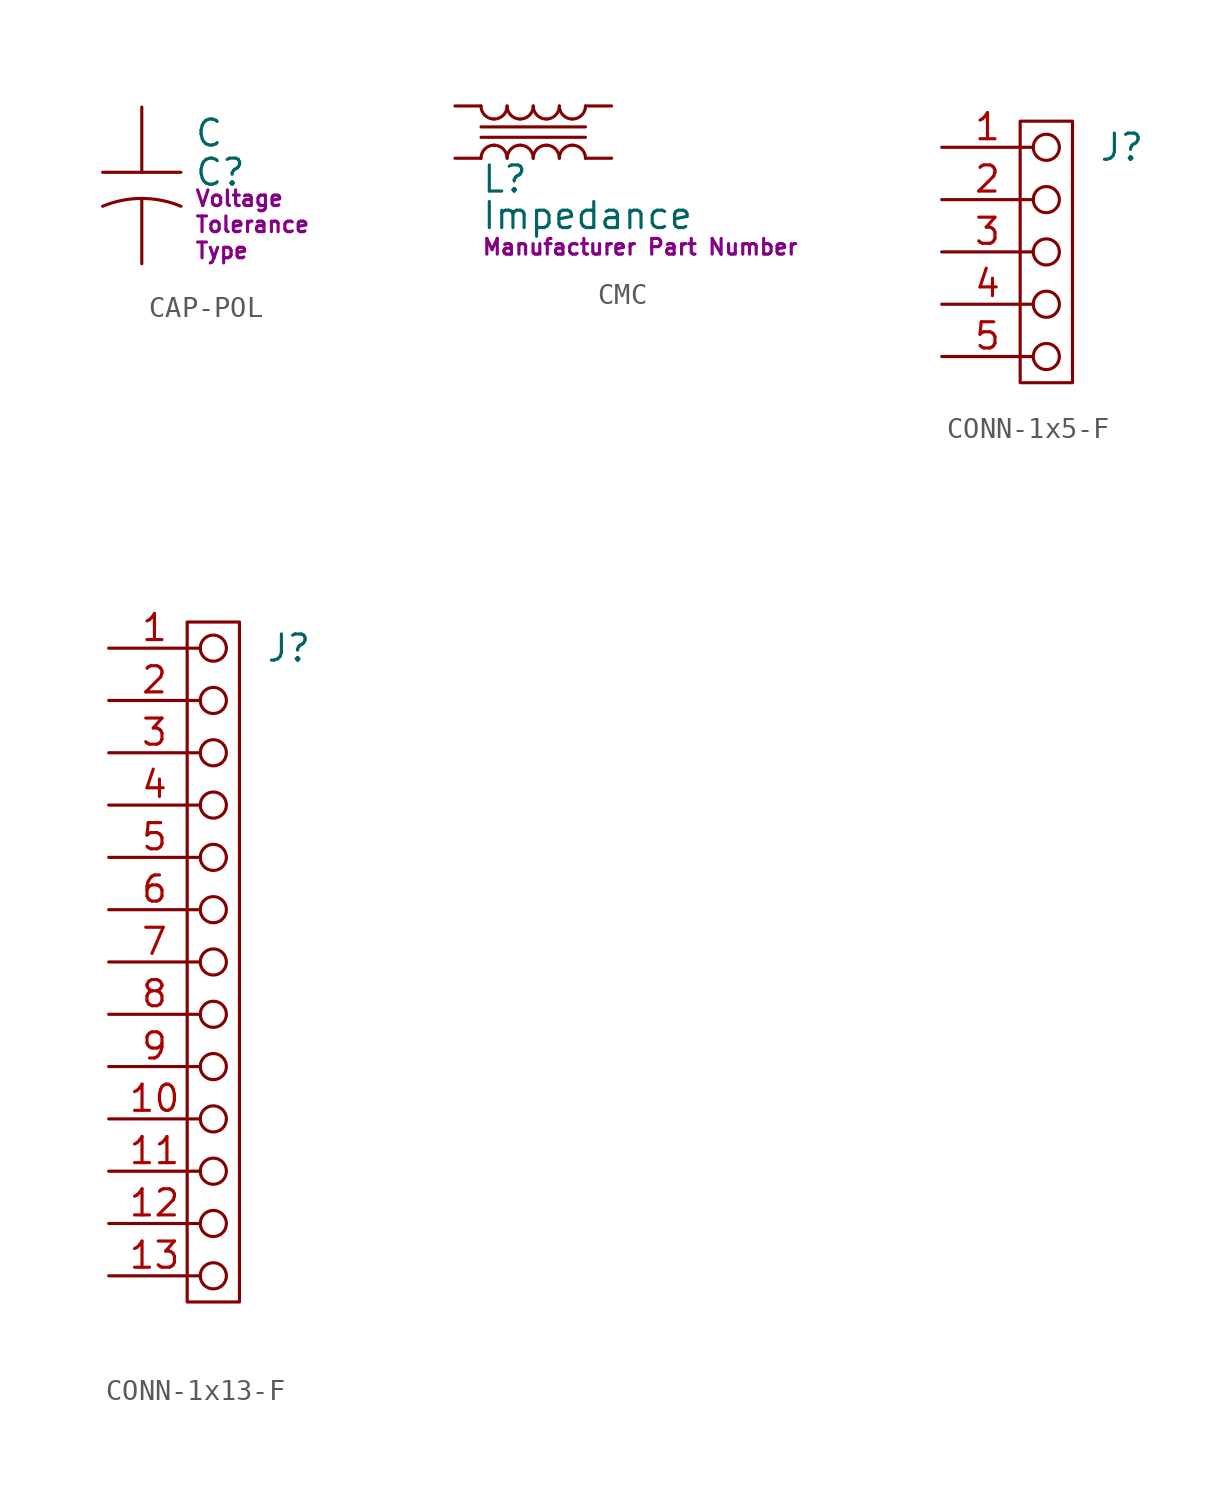
<source format=kicad_sym>
(kicad_symbol_lib
  (version 20231120)
  (generator "kicad_symbol_editor")
  (generator_version "8.0")
  (symbol "CAP-POL"
    (pin_numbers hide)
    (pin_names
      (offset 0) hide)
    (property "Reference" "C"
      (at 2.54 -3.175 0)
      (effects (font (size 1.27 1.27)) (justify left)))
    (property "Value" "C"
      (at 2.54 -1.27 0)
      (effects (font (size 1.27 1.27)) (justify left)))
    (property "Voltage" "Voltage"
      (at 2.54 -4.445 0)
      (effects (font (size 0.762 0.762)) (justify left)))
    (property "Type" "Type"
      (at 2.54 -6.985 0)
      (effects (font (size 0.762 0.762)) (justify left)))
    (property "Tolerance" "Tolerance"
      (at 2.54 -5.715 0)
      (effects (font (size 0.762 0.762)) (justify left)))
    (symbol "CAP-POL_0_1"
      (polyline (pts (xy 1.905 -3.175) (xy -1.905 -3.175)) (stroke (width 0) (type default)) (fill (type none)))
      (arc (start 1.905 -4.826) (mid 0 -4.445) (end -1.905 -4.826) (stroke (width 0) (type default)) (fill (type none))))
    (symbol "CAP-POL_1_1"
      (pin passive line (at 0 0 270) (length 3.175) (name "1" (effects (font (size 1.27 1.27)))) (number "1" (effects (font (size 1.27 1.27)))))
      (pin passive line (at 0 -7.62 90) (length 3.175) (name "2" (effects (font (size 1.27 1.27)))) (number "2" (effects (font (size 1.27 1.27)))))))
  (symbol "CMC"
    (pin_numbers hide)
    (pin_names
      (offset 0) hide)
    (property "Reference" "L"
      (at 1.27 -3.556 0)
      (effects (font (size 1.27 1.27)) (justify left)))
    (property "Value" "${Impedance}"
      (at 1.27 -5.334 0)
      (effects (font (size 1.27 1.27)) (justify left)))
    (property "Impedance" "Impedance"
      (at 15.24 -3.556 0)
      (effects (font (size 0.762 0.762)) (justify left) (hide yes)))
    (property "Manufacturer Part Number" "Manufacturer Part Number"
      (at 1.27 -6.858 0)
      (effects (font (size 0.762 0.762)) (justify left)))
    (symbol "CMC_0_1"
      (polyline (pts (xy 6.35 -1.524) (xy 1.27 -1.524)) (stroke (width 0) (type default)) (fill (type none)))
      (polyline (pts (xy 6.35 -1.016) (xy 1.27 -1.016)) (stroke (width 0) (type default)) (fill (type none)))
      (arc (start 1.27 0) (mid 1.456 -0.449) (end 1.905 -0.635) (stroke (width 0) (type default)) (fill (type none)))
      (arc (start 1.905 -1.905) (mid 1.456 -2.091) (end 1.27 -2.54) (stroke (width 0) (type default)) (fill (type none)))
      (arc (start 1.905 -0.635) (mid 2.354 -0.449) (end 2.54 0) (stroke (width 0) (type default)) (fill (type none)))
      (arc (start 2.54 -2.54) (mid 2.354 -2.091) (end 1.905 -1.905) (stroke (width 0) (type default)) (fill (type none)))
      (arc (start 2.54 0) (mid 2.726 -0.449) (end 3.175 -0.635) (stroke (width 0) (type default)) (fill (type none)))
      (arc (start 3.175 -1.905) (mid 2.726 -2.091) (end 2.54 -2.54) (stroke (width 0) (type default)) (fill (type none)))
      (arc (start 3.175 -0.635) (mid 3.624 -0.449) (end 3.81 0) (stroke (width 0) (type default)) (fill (type none)))
      (arc (start 3.81 -2.54) (mid 3.624 -2.091) (end 3.175 -1.905) (stroke (width 0) (type default)) (fill (type none)))
      (arc (start 3.81 0) (mid 3.996 -0.449) (end 4.445 -0.635) (stroke (width 0) (type default)) (fill (type none)))
      (arc (start 4.445 -1.905) (mid 3.996 -2.091) (end 3.81 -2.54) (stroke (width 0) (type default)) (fill (type none)))
      (arc (start 4.445 -0.635) (mid 4.894 -0.449) (end 5.08 0) (stroke (width 0) (type default)) (fill (type none)))
      (arc (start 5.08 -2.54) (mid 4.894 -2.091) (end 4.445 -1.905) (stroke (width 0) (type default)) (fill (type none)))
      (arc (start 5.08 0) (mid 5.266 -0.449) (end 5.715 -0.635) (stroke (width 0) (type default)) (fill (type none)))
      (arc (start 5.715 -1.905) (mid 5.266 -2.091) (end 5.08 -2.54) (stroke (width 0) (type default)) (fill (type none)))
      (arc (start 5.715 -0.635) (mid 6.164 -0.449) (end 6.35 0) (stroke (width 0) (type default)) (fill (type none)))
      (arc (start 6.35 -2.54) (mid 6.164 -2.091) (end 5.715 -1.905) (stroke (width 0) (type default)) (fill (type none))))
    (symbol "CMC_1_1"
      (pin passive line (at 0 0 0) (length 1.27) (name "1" (effects (font (size 1.27 1.27)))) (number "1" (effects (font (size 1.27 1.27)))))
      (pin passive line (at 7.62 0 180) (length 1.27) (name "2" (effects (font (size 1.27 1.27)))) (number "2" (effects (font (size 1.27 1.27)))))
      (pin passive line (at 7.62 -2.54 180) (length 1.27) (name "3" (effects (font (size 1.27 1.27)))) (number "3" (effects (font (size 1.27 1.27)))))
      (pin passive line (at 0 -2.54 0) (length 1.27) (name "4" (effects (font (size 1.27 1.27)))) (number "4" (effects (font (size 1.27 1.27)))))))
  (symbol "CONN-1x5-F"
    (pin_names
      (offset 0) hide)
    (property "Reference" "J"
      (at 7.62 0 0)
      (effects (font (size 1.27 1.27)) (justify left)))
    (property "Value" "${Manufacturer Part Number}"
      (at 7.62 -1.905 0)
      (effects (font (size 1.27 1.27)) (justify left)))
    (property "Manufacturer" ""
      (at 7.62 -2.54 0)
      (effects (font (size 0.762 0.762)) (justify left)))
    (property "Manufacturer Part Number" ""
      (at 7.62 -1.27 0)
      (effects (font (size 0.762 0.762)) (justify left)))
    (symbol "CONN-1x5-F_0_1"
      (rectangle (start 3.81 1.27) (end 6.35 -11.43) (stroke (width 0) (type default)) (fill (type none)))
      (circle (center 5.08 -10.16) (radius 0.635) (stroke (width 0) (type default)) (fill (type none)))
      (circle (center 5.08 -7.62) (radius 0.635) (stroke (width 0) (type default)) (fill (type none)))
      (circle (center 5.08 -5.08) (radius 0.635) (stroke (width 0) (type default)) (fill (type none)))
      (circle (center 5.08 -2.54) (radius 0.635) (stroke (width 0) (type default)) (fill (type none)))
      (circle (center 5.08 0) (radius 0.635) (stroke (width 0) (type default)) (fill (type none))))
    (symbol "CONN-1x5-F_1_1"
      (pin passive line (at 0 0 0) (length 4.445) (name "1" (effects (font (size 1.27 1.27)))) (number "1" (effects (font (size 1.27 1.27)))))
      (pin passive line (at 0 -2.54 0) (length 4.445) (name "2" (effects (font (size 1.27 1.27)))) (number "2" (effects (font (size 1.27 1.27)))))
      (pin passive line (at 0 -5.08 0) (length 4.445) (name "3" (effects (font (size 1.27 1.27)))) (number "3" (effects (font (size 1.27 1.27)))))
      (pin passive line (at 0 -7.62 0) (length 4.445) (name "4" (effects (font (size 1.27 1.27)))) (number "4" (effects (font (size 1.27 1.27)))))
      (pin passive line (at 0 -10.16 0) (length 4.445) (name "5" (effects (font (size 1.27 1.27)))) (number "5" (effects (font (size 1.27 1.27)))))))
  (symbol "CONN-1x13-F"
    (pin_names
      (offset 0) hide)
    (property "Reference" "J"
      (at 7.62 0 0)
      (effects (font (size 1.27 1.27)) (justify left)))
    (property "Value" "${Manufacturer Part Number}"
      (at 7.62 -1.905 0)
      (effects (font (size 1.27 1.27)) (justify left)))
    (property "Manufacturer" ""
      (at 7.62 -2.54 0)
      (effects (font (size 0.762 0.762)) (justify left)))
    (property "Manufacturer Part Number" ""
      (at 7.62 -1.27 0)
      (effects (font (size 0.762 0.762)) (justify left)))
    (symbol "CONN-1x13-F_0_1"
      (rectangle (start 3.81 1.27) (end 6.35 -31.75) (stroke (width 0) (type default)) (fill (type none))))
    (symbol "CONN-1x13-F_1_1"
      (circle (center 5.08 -30.48) (radius 0.635) (stroke (width 0) (type default)) (fill (type none)))
      (circle (center 5.08 -27.94) (radius 0.635) (stroke (width 0) (type default)) (fill (type none)))
      (circle (center 5.08 -25.4) (radius 0.635) (stroke (width 0) (type default)) (fill (type none)))
      (circle (center 5.08 -22.86) (radius 0.635) (stroke (width 0) (type default)) (fill (type none)))
      (circle (center 5.08 -20.32) (radius 0.635) (stroke (width 0) (type default)) (fill (type none)))
      (circle (center 5.08 -17.78) (radius 0.635) (stroke (width 0) (type default)) (fill (type none)))
      (circle (center 5.08 -15.24) (radius 0.635) (stroke (width 0) (type default)) (fill (type none)))
      (circle (center 5.08 -12.7) (radius 0.635) (stroke (width 0) (type default)) (fill (type none)))
      (circle (center 5.08 -10.16) (radius 0.635) (stroke (width 0) (type default)) (fill (type none)))
      (circle (center 5.08 -7.62) (radius 0.635) (stroke (width 0) (type default)) (fill (type none)))
      (circle (center 5.08 -5.08) (radius 0.635) (stroke (width 0) (type default)) (fill (type none)))
      (circle (center 5.08 -2.54) (radius 0.635) (stroke (width 0) (type default)) (fill (type none)))
      (circle (center 5.08 0) (radius 0.635) (stroke (width 0) (type default)) (fill (type none)))
      (pin passive line (at 0 0 0) (length 4.445) (name "1" (effects (font (size 1.27 1.27)))) (number "1" (effects (font (size 1.27 1.27)))))
      (pin passive line (at 0 -22.86 0) (length 4.445) (name "10" (effects (font (size 1.27 1.27)))) (number "10" (effects (font (size 1.27 1.27)))))
      (pin passive line (at 0 -25.4 0) (length 4.445) (name "11" (effects (font (size 1.27 1.27)))) (number "11" (effects (font (size 1.27 1.27)))))
      (pin passive line (at 0 -27.94 0) (length 4.445) (name "12" (effects (font (size 1.27 1.27)))) (number "12" (effects (font (size 1.27 1.27)))))
      (pin passive line (at 0 -30.48 0) (length 4.445) (name "13" (effects (font (size 1.27 1.27)))) (number "13" (effects (font (size 1.27 1.27)))))
      (pin passive line (at 0 -2.54 0) (length 4.445) (name "2" (effects (font (size 1.27 1.27)))) (number "2" (effects (font (size 1.27 1.27)))))
      (pin passive line (at 0 -5.08 0) (length 4.445) (name "3" (effects (font (size 1.27 1.27)))) (number "3" (effects (font (size 1.27 1.27)))))
      (pin passive line (at 0 -7.62 0) (length 4.445) (name "4" (effects (font (size 1.27 1.27)))) (number "4" (effects (font (size 1.27 1.27)))))
      (pin passive line (at 0 -10.16 0) (length 4.445) (name "5" (effects (font (size 1.27 1.27)))) (number "5" (effects (font (size 1.27 1.27)))))
      (pin passive line (at 0 -12.7 0) (length 4.445) (name "6" (effects (font (size 1.27 1.27)))) (number "6" (effects (font (size 1.27 1.27)))))
      (pin passive line (at 0 -15.24 0) (length 4.445) (name "7" (effects (font (size 1.27 1.27)))) (number "7" (effects (font (size 1.27 1.27)))))
      (pin passive line (at 0 -17.78 0) (length 4.445) (name "8" (effects (font (size 1.27 1.27)))) (number "8" (effects (font (size 1.27 1.27)))))
      (pin passive line (at 0 -20.32 0) (length 4.445) (name "9" (effects (font (size 1.27 1.27)))) (number "9" (effects (font (size 1.27 1.27))))))))
</source>
